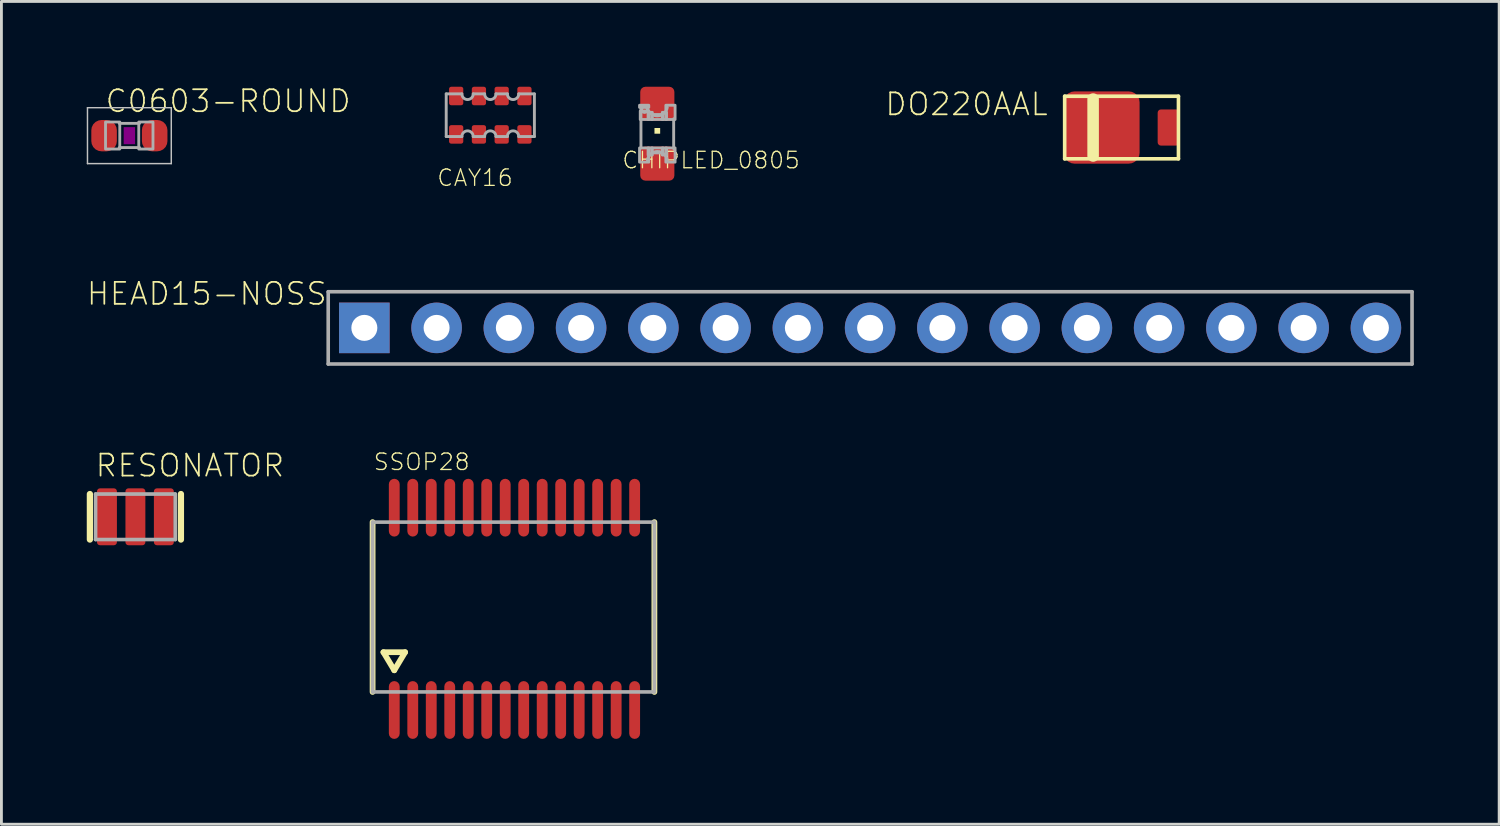
<source format=kicad_pcb>
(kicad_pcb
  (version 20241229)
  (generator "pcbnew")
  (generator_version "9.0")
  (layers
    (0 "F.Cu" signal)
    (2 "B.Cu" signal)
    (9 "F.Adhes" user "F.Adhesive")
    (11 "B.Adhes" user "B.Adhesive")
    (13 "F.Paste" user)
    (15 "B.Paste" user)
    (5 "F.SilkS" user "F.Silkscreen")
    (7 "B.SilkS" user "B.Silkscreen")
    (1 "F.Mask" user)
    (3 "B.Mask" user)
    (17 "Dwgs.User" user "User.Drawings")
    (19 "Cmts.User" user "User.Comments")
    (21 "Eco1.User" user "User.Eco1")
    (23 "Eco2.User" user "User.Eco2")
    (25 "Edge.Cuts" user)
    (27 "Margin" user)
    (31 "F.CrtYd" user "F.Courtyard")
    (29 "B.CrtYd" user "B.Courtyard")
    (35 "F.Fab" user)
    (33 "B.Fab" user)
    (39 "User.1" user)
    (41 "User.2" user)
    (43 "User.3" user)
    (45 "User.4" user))
  (footprint "CAY16"
    (layer "F.Cu")
    (at 14.186 1)
    (property "Reference" "CAY16" (at -1.905 2.54 0) (layer "F.SilkS") (effects (font (size 0.579 0.579) (thickness 0.046)) (justify left bottom)))
    (attr through_hole)
    (fp_line (start -1.55 -0.75) (end -1 -0.75) (stroke (width 0.102) (type solid)) (layer "F.Fab"))
    (fp_line (start -1.55 0.75) (end -1.55 -0.75) (stroke (width 0.102) (type solid)) (layer "F.Fab"))
    (fp_line (start -1 0.75) (end -1.55 0.75) (stroke (width 0.102) (type solid)) (layer "F.Fab"))
    (fp_line (start -0.6 -0.75) (end -0.2 -0.75) (stroke (width 0.102) (type solid)) (layer "F.Fab"))
    (fp_line (start -0.2 0.75) (end -0.6 0.75) (stroke (width 0.102) (type solid)) (layer "F.Fab"))
    (fp_line (start 0.2 -0.75) (end 0.6 -0.75) (stroke (width 0.102) (type solid)) (layer "F.Fab"))
    (fp_line (start 0.6 0.75) (end 0.2 0.75) (stroke (width 0.102) (type solid)) (layer "F.Fab"))
    (fp_line (start 1 -0.75) (end 1.55 -0.75) (stroke (width 0.102) (type solid)) (layer "F.Fab"))
    (fp_line (start 1.55 -0.75) (end 1.55 0.75) (stroke (width 0.102) (type solid)) (layer "F.Fab"))
    (fp_line (start 1.55 0.75) (end 1 0.75) (stroke (width 0.102) (type solid)) (layer "F.Fab"))
    (fp_arc (start -1 0.75) (mid -0.8 0.55) (end -0.6 0.75) (stroke (width 0.1016) (type solid)) (layer "F.Fab"))
    (fp_arc (start -0.6 -0.75) (mid -0.8 -0.55) (end -1 -0.75) (stroke (width 0.1016) (type solid)) (layer "F.Fab"))
    (fp_arc (start -0.2 0.75) (mid 0 0.55) (end 0.2 0.75) (stroke (width 0.1016) (type solid)) (layer "F.Fab"))
    (fp_arc (start 0.2 -0.75) (mid 0 -0.55) (end -0.2 -0.75) (stroke (width 0.1016) (type solid)) (layer "F.Fab"))
    (fp_arc (start 0.6 0.75) (mid 0.8 0.55) (end 1 0.75) (stroke (width 0.1016) (type solid)) (layer "F.Fab"))
    (fp_arc (start 1 -0.75) (mid 0.8 -0.55) (end 0.6 -0.75) (stroke (width 0.1016) (type solid)) (layer "F.Fab"))
    (pad "1" smd roundrect (at -1.2 0.675) (size 0.5 0.65) (layers "F.Cu" "F.Mask" "F.Paste") (roundrect_rratio 0.152))
    (pad "2" smd roundrect (at -0.4 0.675) (size 0.5 0.65) (layers "F.Cu" "F.Mask" "F.Paste") (roundrect_rratio 0.152))
    (pad "3" smd roundrect (at 0.4 0.675) (size 0.5 0.65) (layers "F.Cu" "F.Mask" "F.Paste") (roundrect_rratio 0.152))
    (pad "4" smd roundrect (at 1.2 0.675) (size 0.5 0.65) (layers "F.Cu" "F.Mask" "F.Paste") (roundrect_rratio 0.152))
    (pad "5" smd roundrect (at 1.2 -0.675) (size 0.5 0.65) (layers "F.Cu" "F.Mask" "F.Paste") (roundrect_rratio 0.152))
    (pad "6" smd roundrect (at 0.4 -0.675) (size 0.5 0.65) (layers "F.Cu" "F.Mask" "F.Paste") (roundrect_rratio 0.152))
    (pad "7" smd roundrect (at -0.4 -0.675) (size 0.5 0.65) (layers "F.Cu" "F.Mask" "F.Paste") (roundrect_rratio 0.152))
    (pad "8" smd roundrect (at -1.2 -0.675) (size 0.5 0.65) (layers "F.Cu" "F.Mask" "F.Paste") (roundrect_rratio 0.152)))
  (footprint "DO220AAL"
    (layer "F.Cu")
    (at 36.377 1.433)
    (property "Reference" "DO220AAL" (at -2.54 -1.27 0) (layer "F.SilkS") (effects (font (size 0.772 0.772) (thickness 0.062)) (justify right top)))
    (attr through_hole)
    (fp_line (start -2 -1.1) (end -2 1.1) (stroke (width 0.127) (type solid)) (layer "F.SilkS"))
    (fp_line (start -2 1.1) (end 2 1.1) (stroke (width 0.127) (type solid)) (layer "F.SilkS"))
    (fp_line (start -1 -1) (end -1 1) (stroke (width 0.406) (type solid)) (layer "F.SilkS"))
    (fp_line (start 2 -1.1) (end -2 -1.1) (stroke (width 0.127) (type solid)) (layer "F.SilkS"))
    (fp_line (start 2 1.1) (end 2 -1.1) (stroke (width 0.127) (type solid)) (layer "F.SilkS"))
    (pad "P$1" smd roundrect (at -0.7 0 90) (size 2.54 2.667) (layers "F.Cu" "F.Mask" "F.Paste") (roundrect_rratio 0.15))
    (pad "P$2" smd roundrect (at 1.65 0 180) (size 0.762 1.27) (layers "F.Cu" "F.Mask" "F.Paste") (roundrect_rratio 0.15)))
  (footprint "CHIPLED_0805"
    (layer "F.Cu")
    (at 20.057 1.65)
    (property "Reference" "CHIPLED_0805" (at -1.27 1.27 180) (layer "F.SilkS") (effects (font (size 0.579 0.579) (thickness 0.046)) (justify left bottom)))
    (attr through_hole)
    (fp_poly (pts (xy -0.1 0) (xy 0.1 0) (xy 0.1 -0.2) (xy -0.1 -0.2)) (stroke (width 0) (type solid)) (fill yes) (layer "F.SilkS"))
    (fp_line (start -0.575 0.5) (end -0.575 -0.925) (stroke (width 0.102) (type solid)) (layer "F.Fab"))
    (fp_line (start 0.575 -0.525) (end 0.575 0.525) (stroke (width 0.102) (type solid)) (layer "F.Fab"))
    (fp_arc (start -0.35 0.925) (mid -0.000001 0.625027) (end 0.35 0.924998) (stroke (width 0.1016) (type solid)) (layer "F.Fab"))
    (fp_arc (start 0.35 -0.924998) (mid -0.000001 -0.625027) (end -0.35 -0.925) (stroke (width 0.1016) (type solid)) (layer "F.Fab"))
    (fp_circle (center -0.45 -0.85) (end -0.347 -0.85) (stroke (width 0.102) (type solid)) (fill no) (layer "F.Fab"))
    (fp_poly (pts (xy -0.625 -0.925) (xy -0.3 -0.925) (xy -0.3 -1) (xy -0.625 -1)) (stroke (width 0.1) (type solid)) (fill no) (layer "F.Fab"))
    (fp_poly (pts (xy -0.625 1) (xy -0.3 1) (xy -0.3 0.5) (xy -0.625 0.5)) (stroke (width 0.1) (type solid)) (fill no) (layer "F.Fab"))
    (fp_poly (pts (xy -0.6 -0.5) (xy -0.3 -0.5) (xy -0.3 -0.8) (xy -0.6 -0.8)) (stroke (width 0.1) (type solid)) (fill no) (layer "F.Fab"))
    (fp_poly (pts (xy -0.325 -0.5) (xy -0.175 -0.5) (xy -0.175 -0.75) (xy -0.325 -0.75)) (stroke (width 0.1) (type solid)) (fill no) (layer "F.Fab"))
    (fp_poly (pts (xy -0.325 0.75) (xy -0.175 0.75) (xy -0.175 0.5) (xy -0.325 0.5)) (stroke (width 0.1) (type solid)) (fill no) (layer "F.Fab"))
    (fp_poly (pts (xy -0.2 -0.5) (xy 0.2 -0.5) (xy 0.2 -0.675) (xy -0.2 -0.675)) (stroke (width 0.1) (type solid)) (fill no) (layer "F.Fab"))
    (fp_poly (pts (xy -0.2 0.675) (xy 0.2 0.675) (xy 0.2 0.5) (xy -0.2 0.5)) (stroke (width 0.1) (type solid)) (fill no) (layer "F.Fab"))
    (fp_poly (pts (xy 0.175 -0.5) (xy 0.325 -0.5) (xy 0.325 -0.75) (xy 0.175 -0.75)) (stroke (width 0.1) (type solid)) (fill no) (layer "F.Fab"))
    (fp_poly (pts (xy 0.175 0.75) (xy 0.325 0.75) (xy 0.325 0.5) (xy 0.175 0.5)) (stroke (width 0.1) (type solid)) (fill no) (layer "F.Fab"))
    (fp_poly (pts (xy 0.3 -0.5) (xy 0.625 -0.5) (xy 0.625 -1) (xy 0.3 -1)) (stroke (width 0.1) (type solid)) (fill no) (layer "F.Fab"))
    (fp_poly (pts (xy 0.3 1) (xy 0.625 1) (xy 0.625 0.5) (xy 0.3 0.5)) (stroke (width 0.1) (type solid)) (fill no) (layer "F.Fab"))
    (pad "A" smd roundrect (at 0 1.05) (size 1.2 1.2) (layers "F.Cu" "F.Mask" "F.Paste") (roundrect_rratio 0.15))
    (pad "C" smd roundrect (at 0 -1.05) (size 1.2 1.2) (layers "F.Cu" "F.Mask" "F.Paste") (roundrect_rratio 0.15)))
  (footprint "C0603-ROUND"
    (layer "F.Cu")
    (at 1.498 1.719)
    (property "Reference" "C0603-ROUND" (at -0.889 -0.762 180) (layer "F.SilkS") (effects (font (size 0.772 0.772) (thickness 0.062)) (justify left bottom)))
    (attr through_hole)
    (fp_poly (pts (xy -0.2 0.3) (xy 0.2 0.3) (xy 0.2 -0.3) (xy -0.2 -0.3)) (stroke (width 0) (type solid)) (fill yes) (layer "F.Adhes"))
    (fp_line (start -1.473 -0.983) (end 1.473 -0.983) (stroke (width 0.051) (type solid)) (layer "Dwgs.User"))
    (fp_line (start -1.473 0.983) (end -1.473 -0.983) (stroke (width 0.051) (type solid)) (layer "Dwgs.User"))
    (fp_line (start 1.473 -0.983) (end 1.473 0.983) (stroke (width 0.051) (type solid)) (layer "Dwgs.User"))
    (fp_line (start 1.473 0.983) (end -1.473 0.983) (stroke (width 0.051) (type solid)) (layer "Dwgs.User"))
    (fp_line (start -0.356 -0.432) (end 0.356 -0.432) (stroke (width 0.102) (type solid)) (layer "F.Fab"))
    (fp_line (start -0.356 0.419) (end 0.356 0.419) (stroke (width 0.102) (type solid)) (layer "F.Fab"))
    (fp_poly (pts (xy -0.838 0.47) (xy -0.338 0.47) (xy -0.338 -0.48) (xy -0.838 -0.48)) (stroke (width 0.1) (type solid)) (fill no) (layer "F.Fab"))
    (fp_poly (pts (xy 0.33 0.47) (xy 0.83 0.47) (xy 0.83 -0.48) (xy 0.33 -0.48)) (stroke (width 0.1) (type solid)) (fill no) (layer "F.Fab"))
    (pad "1" smd roundrect (at -0.889 0 90) (size 1.1 0.898) (layers "F.Cu" "F.Mask" "F.Paste") (roundrect_rratio 0.4))
    (pad "2" smd roundrect (at 0.889 0 90) (size 1.1 0.898) (layers "F.Cu" "F.Mask" "F.Paste") (roundrect_rratio 0.4)))
  (footprint "HEAD15-NOSS"
    (layer "F.Cu")
    (at 9.758 8.476)
    (property "Reference" "HEAD15-NOSS" (at -1.27 -1.651 180) (layer "F.SilkS") (effects (font (size 0.772 0.772) (thickness 0.062)) (justify right top)))
    (attr through_hole)
    (fp_line (start -1.27 -1.27) (end 36.83 -1.27) (stroke (width 0.127) (type solid)) (layer "F.Fab"))
    (fp_line (start -1.27 1.27) (end -1.27 -1.27) (stroke (width 0.127) (type solid)) (layer "F.Fab"))
    (fp_line (start 36.83 -1.27) (end 36.83 1.27) (stroke (width 0.127) (type solid)) (layer "F.Fab"))
    (fp_line (start 36.83 1.27) (end -1.27 1.27) (stroke (width 0.127) (type solid)) (layer "F.Fab"))
    (pad "1" thru_hole rect (at 0 0) (size 1.778 1.778) (drill 0.914) (layers "*.Cu" "*.Mask"))
    (pad "2" thru_hole circle (at 2.54 0) (size 1.778 1.778) (drill 0.914) (layers "*.Cu" "*.Mask"))
    (pad "3" thru_hole circle (at 5.08 0) (size 1.778 1.778) (drill 0.914) (layers "*.Cu" "*.Mask"))
    (pad "4" thru_hole circle (at 7.62 0) (size 1.778 1.778) (drill 0.914) (layers "*.Cu" "*.Mask"))
    (pad "5" thru_hole circle (at 10.16 0) (size 1.778 1.778) (drill 0.914) (layers "*.Cu" "*.Mask"))
    (pad "6" thru_hole circle (at 12.7 0) (size 1.778 1.778) (drill 0.914) (layers "*.Cu" "*.Mask"))
    (pad "7" thru_hole circle (at 15.24 0) (size 1.778 1.778) (drill 0.914) (layers "*.Cu" "*.Mask"))
    (pad "8" thru_hole circle (at 17.78 0) (size 1.778 1.778) (drill 0.914) (layers "*.Cu" "*.Mask"))
    (pad "9" thru_hole circle (at 20.32 0) (size 1.778 1.778) (drill 0.914) (layers "*.Cu" "*.Mask"))
    (pad "10" thru_hole circle (at 22.86 0) (size 1.778 1.778) (drill 0.914) (layers "*.Cu" "*.Mask"))
    (pad "11" thru_hole circle (at 25.4 0) (size 1.778 1.778) (drill 0.914) (layers "*.Cu" "*.Mask"))
    (pad "12" thru_hole circle (at 27.94 0) (size 1.778 1.778) (drill 0.914) (layers "*.Cu" "*.Mask"))
    (pad "13" thru_hole circle (at 30.48 0) (size 1.778 1.778) (drill 0.914) (layers "*.Cu" "*.Mask"))
    (pad "14" thru_hole circle (at 33.02 0) (size 1.778 1.778) (drill 0.914) (layers "*.Cu" "*.Mask"))
    (pad "15" thru_hole circle (at 35.56 0) (size 1.778 1.778) (drill 0.914) (layers "*.Cu" "*.Mask")))
  (footprint "RESONATOR"
    (layer "F.Cu")
    (at 1.71 15.117)
    (property "Reference" "RESONATOR" (at -1.45 -1.35 180) (layer "F.SilkS") (effects (font (size 0.772 0.772) (thickness 0.062)) (justify left bottom)))
    (attr through_hole)
    (fp_line (start -1.6 -0.8) (end -1.6 0.8) (stroke (width 0.22) (type solid)) (layer "F.SilkS"))
    (fp_line (start 1.6 -0.8) (end 1.6 0.8) (stroke (width 0.22) (type solid)) (layer "F.SilkS"))
    (fp_line (start -1.4 -0.8) (end 1.4 -0.8) (stroke (width 0.127) (type solid)) (layer "F.Fab"))
    (fp_line (start -1.4 0.8) (end -1.4 -0.8) (stroke (width 0.127) (type solid)) (layer "F.Fab"))
    (fp_line (start 1.4 -0.8) (end 1.4 0.8) (stroke (width 0.127) (type solid)) (layer "F.Fab"))
    (fp_line (start 1.4 0.8) (end -1.4 0.8) (stroke (width 0.127) (type solid)) (layer "F.Fab"))
    (pad "1" smd roundrect (at -1 0 90) (size 2 0.7) (layers "F.Cu" "F.Mask" "F.Paste") (roundrect_rratio 0.15))
    (pad "2" smd roundrect (at 0 0 90) (size 2 0.7) (layers "F.Cu" "F.Mask" "F.Paste") (roundrect_rratio 0.15))
    (pad "3" smd roundrect (at 1 0 90) (size 2 0.7) (layers "F.Cu" "F.Mask" "F.Paste") (roundrect_rratio 0.15)))
  (footprint "SSOP28"
    (layer "F.Cu")
    (at 10.81 21.909)
    (property "Reference" "SSOP28" (at -0.762 -8.382 180) (layer "F.SilkS") (effects (font (size 0.579 0.579) (thickness 0.046)) (justify left bottom)))
    (attr through_hole)
    (fp_line (start -0.762 -0.635) (end -0.762 -6.604) (stroke (width 0.203) (type solid)) (layer "F.SilkS"))
    (fp_line (start -0.381 -2.032) (end 0.381 -2.032) (stroke (width 0.203) (type solid)) (layer "F.SilkS"))
    (fp_line (start 0 -1.397) (end -0.381 -2.032) (stroke (width 0.203) (type solid)) (layer "F.SilkS"))
    (fp_line (start 0.381 -2.032) (end 0 -1.397) (stroke (width 0.203) (type solid)) (layer "F.SilkS"))
    (fp_line (start 9.144 -0.635) (end 9.144 -6.604) (stroke (width 0.203) (type solid)) (layer "F.SilkS"))
    (fp_line (start -0.762 -6.604) (end 9.144 -6.604) (stroke (width 0.127) (type solid)) (layer "F.Fab"))
    (fp_line (start -0.762 -0.635) (end -0.762 -6.604) (stroke (width 0.127) (type solid)) (layer "F.Fab"))
    (fp_line (start 9.144 -6.604) (end 9.144 -0.635) (stroke (width 0.127) (type solid)) (layer "F.Fab"))
    (fp_line (start 9.144 -0.635) (end -0.762 -0.635) (stroke (width 0.127) (type solid)) (layer "F.Fab"))
    (pad "1" smd roundrect (at 0 0) (size 0.381 2.032) (layers "F.Cu" "F.Mask" "F.Paste") (roundrect_rratio 0.5))
    (pad "2" smd roundrect (at 0.65 0) (size 0.381 2.032) (layers "F.Cu" "F.Mask" "F.Paste") (roundrect_rratio 0.5))
    (pad "3" smd roundrect (at 1.3 0) (size 0.381 2.032) (layers "F.Cu" "F.Mask" "F.Paste") (roundrect_rratio 0.5))
    (pad "4" smd roundrect (at 1.95 0) (size 0.381 2.032) (layers "F.Cu" "F.Mask" "F.Paste") (roundrect_rratio 0.5))
    (pad "5" smd roundrect (at 2.6 0) (size 0.381 2.032) (layers "F.Cu" "F.Mask" "F.Paste") (roundrect_rratio 0.5))
    (pad "6" smd roundrect (at 3.25 0) (size 0.381 2.032) (layers "F.Cu" "F.Mask" "F.Paste") (roundrect_rratio 0.5))
    (pad "7" smd roundrect (at 3.9 0) (size 0.381 2.032) (layers "F.Cu" "F.Mask" "F.Paste") (roundrect_rratio 0.5))
    (pad "8" smd roundrect (at 4.55 0) (size 0.381 2.032) (layers "F.Cu" "F.Mask" "F.Paste") (roundrect_rratio 0.5))
    (pad "9" smd roundrect (at 5.2 0) (size 0.381 2.032) (layers "F.Cu" "F.Mask" "F.Paste") (roundrect_rratio 0.5))
    (pad "10" smd roundrect (at 5.85 0) (size 0.381 2.032) (layers "F.Cu" "F.Mask" "F.Paste") (roundrect_rratio 0.5))
    (pad "11" smd roundrect (at 6.5 0) (size 0.381 2.032) (layers "F.Cu" "F.Mask" "F.Paste") (roundrect_rratio 0.5))
    (pad "12" smd roundrect (at 7.15 0) (size 0.381 2.032) (layers "F.Cu" "F.Mask" "F.Paste") (roundrect_rratio 0.5))
    (pad "13" smd roundrect (at 7.8 0) (size 0.381 2.032) (layers "F.Cu" "F.Mask" "F.Paste") (roundrect_rratio 0.5))
    (pad "14" smd roundrect (at 8.45 0) (size 0.381 2.032) (layers "F.Cu" "F.Mask" "F.Paste") (roundrect_rratio 0.5))
    (pad "15" smd roundrect (at 8.45 -7.112) (size 0.381 2.032) (layers "F.Cu" "F.Mask" "F.Paste") (roundrect_rratio 0.5))
    (pad "16" smd roundrect (at 7.8 -7.112) (size 0.381 2.032) (layers "F.Cu" "F.Mask" "F.Paste") (roundrect_rratio 0.5))
    (pad "17" smd roundrect (at 7.15 -7.112) (size 0.381 2.032) (layers "F.Cu" "F.Mask" "F.Paste") (roundrect_rratio 0.5))
    (pad "18" smd roundrect (at 6.5 -7.112) (size 0.381 2.032) (layers "F.Cu" "F.Mask" "F.Paste") (roundrect_rratio 0.5))
    (pad "19" smd roundrect (at 5.85 -7.112) (size 0.381 2.032) (layers "F.Cu" "F.Mask" "F.Paste") (roundrect_rratio 0.5))
    (pad "20" smd roundrect (at 5.2 -7.112) (size 0.381 2.032) (layers "F.Cu" "F.Mask" "F.Paste") (roundrect_rratio 0.5))
    (pad "21" smd roundrect (at 4.55 -7.112) (size 0.381 2.032) (layers "F.Cu" "F.Mask" "F.Paste") (roundrect_rratio 0.5))
    (pad "22" smd roundrect (at 3.9 -7.112) (size 0.381 2.032) (layers "F.Cu" "F.Mask" "F.Paste") (roundrect_rratio 0.5))
    (pad "23" smd roundrect (at 3.25 -7.112) (size 0.381 2.032) (layers "F.Cu" "F.Mask" "F.Paste") (roundrect_rratio 0.5))
    (pad "24" smd roundrect (at 2.6 -7.112) (size 0.381 2.032) (layers "F.Cu" "F.Mask" "F.Paste") (roundrect_rratio 0.5))
    (pad "25" smd roundrect (at 1.95 -7.112) (size 0.381 2.032) (layers "F.Cu" "F.Mask" "F.Paste") (roundrect_rratio 0.5))
    (pad "26" smd roundrect (at 1.3 -7.112) (size 0.381 2.032) (layers "F.Cu" "F.Mask" "F.Paste") (roundrect_rratio 0.5))
    (pad "27" smd roundrect (at 0.65 -7.112) (size 0.381 2.032) (layers "F.Cu" "F.Mask" "F.Paste") (roundrect_rratio 0.5))
    (pad "28" smd roundrect (at 0 -7.112) (size 0.381 2.032) (layers "F.Cu" "F.Mask" "F.Paste") (roundrect_rratio 0.5)))
  (gr_rect
    (start -3 -3)
    (end 49.651 25.925)
    (stroke (width 0.1) (type default))
    (fill no)
    (layer "Edge.Cuts")))
</source>
